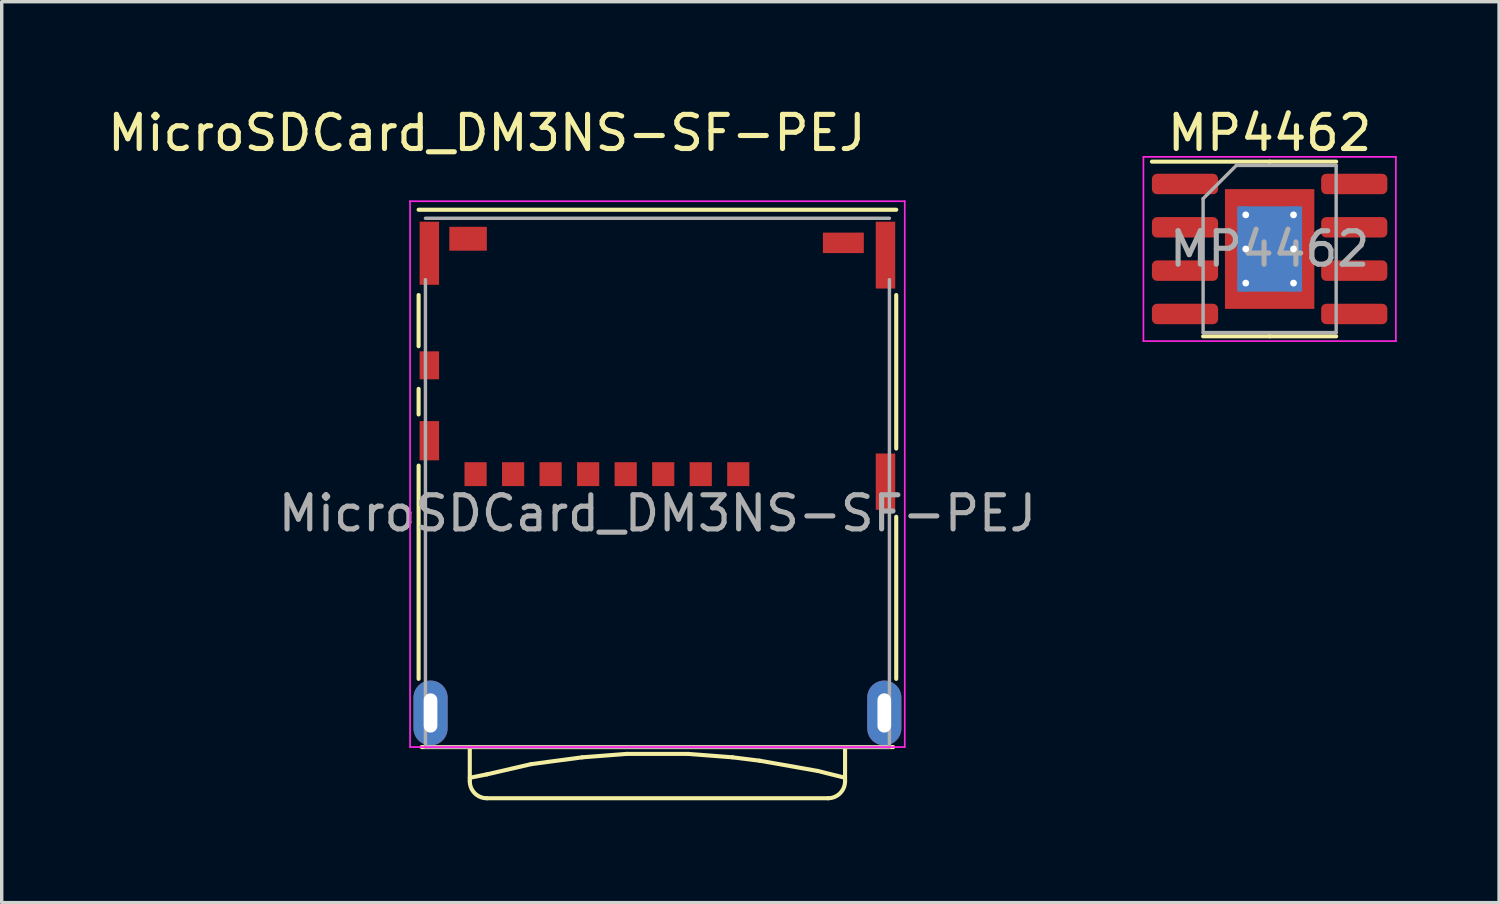
<source format=kicad_pcb>
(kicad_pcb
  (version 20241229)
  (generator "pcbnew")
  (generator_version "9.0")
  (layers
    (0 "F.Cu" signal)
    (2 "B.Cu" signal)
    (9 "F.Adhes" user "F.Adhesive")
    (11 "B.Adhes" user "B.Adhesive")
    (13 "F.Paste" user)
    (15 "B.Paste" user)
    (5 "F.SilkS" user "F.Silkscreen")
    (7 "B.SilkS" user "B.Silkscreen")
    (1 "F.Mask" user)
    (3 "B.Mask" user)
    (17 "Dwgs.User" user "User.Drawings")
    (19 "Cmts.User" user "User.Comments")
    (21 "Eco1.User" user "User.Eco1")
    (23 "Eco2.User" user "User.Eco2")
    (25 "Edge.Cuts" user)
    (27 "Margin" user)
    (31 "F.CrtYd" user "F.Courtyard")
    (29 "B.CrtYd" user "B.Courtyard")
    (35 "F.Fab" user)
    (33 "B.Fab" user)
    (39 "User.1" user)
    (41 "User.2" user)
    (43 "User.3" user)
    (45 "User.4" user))
  (footprint "MicroSDCard_DM3NS-SF-PEJ"
    (layer "F.Cu")
    (at 16.22 10.848)
    (property "Reference" "MicroSDCard_DM3NS-SF-PEJ" (at -5 -10 180) (layer "F.SilkS") (effects (font (size 1 1) (thickness 0.15))))
    (attr smd)
    (fp_line (start -7 -7.75) (end 7 -7.75) (stroke (width 0.12) (type solid)) (layer "F.SilkS"))
    (fp_line (start -7 -3.75) (end -7 -5.25) (stroke (width 0.12) (type solid)) (layer "F.SilkS"))
    (fp_line (start -7 -2.5) (end -7 -1.75) (stroke (width 0.12) (type solid)) (layer "F.SilkS"))
    (fp_line (start -7 -0.25) (end -7 6) (stroke (width 0.12) (type solid)) (layer "F.SilkS"))
    (fp_line (start -5.5 8) (end -5.5 9) (stroke (width 0.12) (type solid)) (layer "F.SilkS"))
    (fp_line (start -5 8.8) (end -5.5 8.9) (stroke (width 0.12) (type solid)) (layer "F.SilkS"))
    (fp_line (start -3.7 8.5) (end -5 8.8) (stroke (width 0.12) (type solid)) (layer "F.SilkS"))
    (fp_line (start -2.2 8.3) (end -3.7 8.5) (stroke (width 0.12) (type solid)) (layer "F.SilkS"))
    (fp_line (start -0.9 8.2) (end -2.2 8.3) (stroke (width 0.12) (type solid)) (layer "F.SilkS"))
    (fp_line (start 0.9 8.2) (end -0.9 8.2) (stroke (width 0.12) (type solid)) (layer "F.SilkS"))
    (fp_line (start 2.2 8.3) (end 0.9 8.2) (stroke (width 0.12) (type solid)) (layer "F.SilkS"))
    (fp_line (start 3 8.4) (end 2.2 8.3) (stroke (width 0.12) (type solid)) (layer "F.SilkS"))
    (fp_line (start 4.7 8.7) (end 3 8.4) (stroke (width 0.12) (type solid)) (layer "F.SilkS"))
    (fp_line (start 5 9.5) (end -5 9.5) (stroke (width 0.12) (type solid)) (layer "F.SilkS"))
    (fp_line (start 5.5 8) (end 5.5 9) (stroke (width 0.12) (type solid)) (layer "F.SilkS"))
    (fp_line (start 5.5 8.9) (end 4.7 8.7) (stroke (width 0.12) (type solid)) (layer "F.SilkS"))
    (fp_line (start 6.91 8) (end -6.91 8) (stroke (width 0.12) (type solid)) (layer "F.SilkS"))
    (fp_line (start 7 -0.75) (end 7 -5.25) (stroke (width 0.12) (type solid)) (layer "F.SilkS"))
    (fp_line (start 7 1.25) (end 7 6) (stroke (width 0.12) (type solid)) (layer "F.SilkS"))
    (fp_arc (start -5 9.5) (mid -5.353553 9.353553) (end -5.5 9) (stroke (width 0.12) (type solid)) (layer "F.SilkS"))
    (fp_arc (start 5.5 9) (mid 5.353553 9.353553) (end 5 9.5) (stroke (width 0.12) (type solid)) (layer "F.SilkS"))
    (fp_line (start -7.25 -8) (end -7.25 8) (stroke (width 0.05) (type solid)) (layer "F.CrtYd"))
    (fp_line (start 7.25 -8) (end -7.25 -8) (stroke (width 0.05) (type solid)) (layer "F.CrtYd"))
    (fp_line (start 7.25 -8) (end 7.25 8) (stroke (width 0.05) (type solid)) (layer "F.CrtYd"))
    (fp_line (start 7.25 8) (end -7.25 8) (stroke (width 0.05) (type solid)) (layer "F.CrtYd"))
    (fp_line (start -6.8 -5.7) (end -6.8 8) (stroke (width 0.1) (type solid)) (layer "F.Fab"))
    (fp_line (start -6.8 8) (end 6.8 8) (stroke (width 0.1) (type solid)) (layer "F.Fab"))
    (fp_line (start 6.8 -7.5) (end -6.8 -7.5) (stroke (width 0.1) (type solid)) (layer "F.Fab"))
    (fp_line (start 6.8 8) (end 6.8 -5.7) (stroke (width 0.1) (type solid)) (layer "F.Fab"))
    (fp_text user "${REFERENCE}" (at 0 1.15 0) (layer "F.Fab") (effects (font (size 1 1) (thickness 0.15))))
    (pad "1" smd rect (at 2.37 0) (size 0.65 0.7) (layers "F.Cu" "F.Mask" "F.Paste"))
    (pad "2" smd rect (at 1.27 0) (size 0.65 0.7) (layers "F.Cu" "F.Mask" "F.Paste"))
    (pad "3" smd rect (at 0.17 0) (size 0.65 0.7) (layers "F.Cu" "F.Mask" "F.Paste"))
    (pad "4" smd rect (at -0.93 0) (size 0.65 0.7) (layers "F.Cu" "F.Mask" "F.Paste"))
    (pad "5" smd rect (at -2.03 0) (size 0.65 0.7) (layers "F.Cu" "F.Mask" "F.Paste"))
    (pad "6" smd rect (at -3.13 0) (size 0.65 0.7) (layers "F.Cu" "F.Mask" "F.Paste"))
    (pad "7" smd rect (at -4.23 0) (size 0.65 0.7) (layers "F.Cu" "F.Mask" "F.Paste"))
    (pad "8" smd rect (at -5.33 0) (size 0.65 0.7) (layers "F.Cu" "F.Mask" "F.Paste"))
    (pad "9" smd rect (at 5.45 -6.78) (size 1.2 0.6) (layers "F.Cu" "F.Mask" "F.Paste"))
    (pad "10" smd rect (at -5.55 -6.9) (size 1.1 0.7) (layers "F.Cu" "F.Mask" "F.Paste"))
    (pad "11" smd rect (at -6.685 -6.475) (size 0.57 1.85) (layers "F.Cu" "F.Mask" "F.Paste"))
    (pad "11" smd rect (at -6.685 -3.19) (size 0.57 0.82) (layers "F.Cu" "F.Mask" "F.Paste"))
    (pad "11" smd rect (at -6.685 -0.98) (size 0.57 1.15) (layers "F.Cu" "F.Mask" "F.Paste"))
    (pad "11" thru_hole oval (at -6.65 7) (size 1 1.9) (drill oval 0.4 1.15) (layers "*.Cu" "*.Mask"))
    (pad "11" thru_hole oval (at 6.65 7) (size 1 1.9) (drill oval 0.4 1.15) (layers "*.Cu" "*.Mask"))
    (pad "11" smd rect (at 6.685 -6.42) (size 0.57 1.96) (layers "F.Cu" "F.Mask" "F.Paste"))
    (pad "11" smd rect (at 6.685 0.22) (size 0.57 1.65) (layers "F.Cu" "F.Mask" "F.Paste"))
    (zone (net_name "") (layer "F.Cu") (name "KEEPOUT1") (hatch full 0.5) (connect_pads) (min_thickness 0.254) (filled_areas_thickness no) (keepout (tracks not_allowed) (vias not_allowed) (pads not_allowed) (copperpour not_allowed) (footprints not_allowed)) (placement (enabled no)) (fill) (polygon (pts (xy 10.57 9.848) (xy 11.215 9.848) (xy 11.215 7.448) (xy 10.57 7.448))))
    (zone (net_name "") (layer "F.Cu") (name "KEEPOUT1") (hatch full 0.5) (connect_pads) (min_thickness 0.254) (filled_areas_thickness no) (keepout (tracks not_allowed) (vias not_allowed) (pads not_allowed) (copperpour not_allowed) (footprints not_allowed)) (placement (enabled no)) (fill) (polygon (pts (xy 11.67 9.848) (xy 12.315 9.848) (xy 12.315 7.448) (xy 11.67 7.448))))
    (zone (net_name "") (layer "F.Cu") (name "KEEPOUT1") (hatch full 0.5) (connect_pads) (min_thickness 0.254) (filled_areas_thickness no) (keepout (tracks not_allowed) (vias not_allowed) (pads not_allowed) (copperpour not_allowed) (footprints not_allowed)) (placement (enabled no)) (fill) (polygon (pts (xy 12.77 9.848) (xy 13.415 9.848) (xy 13.415 7.448) (xy 12.77 7.448))))
    (zone (net_name "") (layer "F.Cu") (name "KEEPOUT1") (hatch full 0.5) (connect_pads) (min_thickness 0.254) (filled_areas_thickness no) (keepout (tracks not_allowed) (vias not_allowed) (pads not_allowed) (copperpour not_allowed) (footprints not_allowed)) (placement (enabled no)) (fill) (polygon (pts (xy 13.87 9.848) (xy 14.515 9.848) (xy 14.515 7.448) (xy 13.87 7.448))))
    (zone (net_name "") (layer "F.Cu") (name "KEEPOUT1") (hatch full 0.5) (connect_pads) (min_thickness 0.254) (filled_areas_thickness no) (keepout (tracks not_allowed) (vias not_allowed) (pads not_allowed) (copperpour not_allowed) (footprints not_allowed)) (placement (enabled no)) (fill) (polygon (pts (xy 14.97 9.848) (xy 15.615 9.848) (xy 15.615 7.448) (xy 14.97 7.448))))
    (zone (net_name "") (layer "F.Cu") (name "KEEPOUT1") (hatch full 0.5) (connect_pads) (min_thickness 0.254) (filled_areas_thickness no) (keepout (tracks not_allowed) (vias not_allowed) (pads not_allowed) (copperpour not_allowed) (footprints not_allowed)) (placement (enabled no)) (fill) (polygon (pts (xy 16.07 9.848) (xy 16.715 9.848) (xy 16.715 7.448) (xy 16.07 7.448))))
    (zone (net_name "") (layer "F.Cu") (name "KEEPOUT1") (hatch full 0.5) (connect_pads) (min_thickness 0.254) (filled_areas_thickness no) (keepout (tracks not_allowed) (vias not_allowed) (pads not_allowed) (copperpour not_allowed) (footprints not_allowed)) (placement (enabled no)) (fill) (polygon (pts (xy 17.17 9.848) (xy 17.815 9.848) (xy 17.815 7.448) (xy 17.17 7.448))))
    (zone (net_name "") (layer "F.Cu") (name "KEEPOUT1") (hatch full 0.5) (connect_pads) (min_thickness 0.254) (filled_areas_thickness no) (keepout (tracks not_allowed) (vias not_allowed) (pads not_allowed) (copperpour not_allowed) (footprints not_allowed)) (placement (enabled no)) (fill) (polygon (pts (xy 18.27 9.848) (xy 18.915 9.848) (xy 18.915 7.448) (xy 18.27 7.448)))))
  (footprint "MP4462"
    (layer "F.Cu")
    (at 34.165 4.248)
    (property "Reference" "MP4462" (at 0 -3.4 0) (layer "F.SilkS") (effects (font (size 1 1) (thickness 0.15))))
    (attr smd)
    (fp_line (start 0 -2.56) (end -3.45 -2.56) (stroke (width 0.12) (type solid)) (layer "F.SilkS"))
    (fp_line (start 0 -2.56) (end 1.95 -2.56) (stroke (width 0.12) (type solid)) (layer "F.SilkS"))
    (fp_line (start 0 2.56) (end -1.95 2.56) (stroke (width 0.12) (type solid)) (layer "F.SilkS"))
    (fp_line (start 0 2.56) (end 1.95 2.56) (stroke (width 0.12) (type solid)) (layer "F.SilkS"))
    (fp_line (start -3.7 -2.7) (end -3.7 2.7) (stroke (width 0.05) (type solid)) (layer "F.CrtYd"))
    (fp_line (start -3.7 2.7) (end 3.7 2.7) (stroke (width 0.05) (type solid)) (layer "F.CrtYd"))
    (fp_line (start 3.7 -2.7) (end -3.7 -2.7) (stroke (width 0.05) (type solid)) (layer "F.CrtYd"))
    (fp_line (start 3.7 2.7) (end 3.7 -2.7) (stroke (width 0.05) (type solid)) (layer "F.CrtYd"))
    (fp_line (start -1.95 -1.475) (end -0.975 -2.45) (stroke (width 0.1) (type solid)) (layer "F.Fab"))
    (fp_line (start -1.95 2.45) (end -1.95 -1.475) (stroke (width 0.1) (type solid)) (layer "F.Fab"))
    (fp_line (start -0.975 -2.45) (end 1.95 -2.45) (stroke (width 0.1) (type solid)) (layer "F.Fab"))
    (fp_line (start 1.95 -2.45) (end 1.95 2.45) (stroke (width 0.1) (type solid)) (layer "F.Fab"))
    (fp_line (start 1.95 2.45) (end -1.95 2.45) (stroke (width 0.1) (type solid)) (layer "F.Fab"))
    (fp_text user "${REFERENCE}" (at 0 0 0) (layer "F.Fab") (effects (font (size 0.98 0.98) (thickness 0.15))))
    (pad "" smd roundrect (at -0.655 -0.875) (size 1.1 1.47) (layers "F.Paste") (roundrect_rratio 0.227))
    (pad "" smd roundrect (at -0.655 0.875) (size 1.1 1.47) (layers "F.Paste") (roundrect_rratio 0.227))
    (pad "" smd roundrect (at 0.655 -0.875) (size 1.1 1.47) (layers "F.Paste") (roundrect_rratio 0.227))
    (pad "" smd roundrect (at 0.655 0.875) (size 1.1 1.47) (layers "F.Paste") (roundrect_rratio 0.227))
    (pad "1" smd roundrect (at -2.48 -1.905) (size 1.94 0.6) (layers "F.Cu" "F.Mask" "F.Paste") (roundrect_rratio 0.25))
    (pad "2" smd roundrect (at -2.48 -0.635) (size 1.94 0.6) (layers "F.Cu" "F.Mask" "F.Paste") (roundrect_rratio 0.25))
    (pad "3" smd roundrect (at -2.48 0.635) (size 1.94 0.6) (layers "F.Cu" "F.Mask" "F.Paste") (roundrect_rratio 0.25))
    (pad "4" smd roundrect (at -2.48 1.905) (size 1.94 0.6) (layers "F.Cu" "F.Mask" "F.Paste") (roundrect_rratio 0.25))
    (pad "5" smd roundrect (at 2.48 1.905) (size 1.94 0.6) (layers "F.Cu" "F.Mask" "F.Paste") (roundrect_rratio 0.25))
    (pad "6" smd roundrect (at 2.48 0.635) (size 1.94 0.6) (layers "F.Cu" "F.Mask" "F.Paste") (roundrect_rratio 0.25))
    (pad "7" smd roundrect (at 2.48 -0.635) (size 1.94 0.6) (layers "F.Cu" "F.Mask" "F.Paste") (roundrect_rratio 0.25))
    (pad "8" smd roundrect (at 2.48 -1.905) (size 1.94 0.6) (layers "F.Cu" "F.Mask" "F.Paste") (roundrect_rratio 0.25))
    (pad "9" thru_hole circle (at -0.7 -1) (size 0.5 0.5) (drill 0.2) (layers "*.Cu"))
    (pad "9" thru_hole circle (at -0.7 0) (size 0.5 0.5) (drill 0.2) (layers "*.Cu"))
    (pad "9" thru_hole circle (at -0.7 1) (size 0.5 0.5) (drill 0.2) (layers "*.Cu"))
    (pad "9" smd rect (at 0 0) (size 1.9 2.5) (layers "B.Cu"))
    (pad "9" smd rect (at 0 0) (size 2.62 3.51) (layers "F.Cu" "F.Mask"))
    (pad "9" thru_hole circle (at 0.7 -1) (size 0.5 0.5) (drill 0.2) (layers "*.Cu"))
    (pad "9" thru_hole circle (at 0.7 0) (size 0.5 0.5) (drill 0.2) (layers "*.Cu"))
    (pad "9" thru_hole circle (at 0.7 1) (size 0.5 0.5) (drill 0.2) (layers "*.Cu")))
  (gr_rect
    (start -3 -3)
    (end 40.89 23.408)
    (stroke (width 0.1) (type default))
    (fill no)
    (layer "Edge.Cuts")))
</source>
